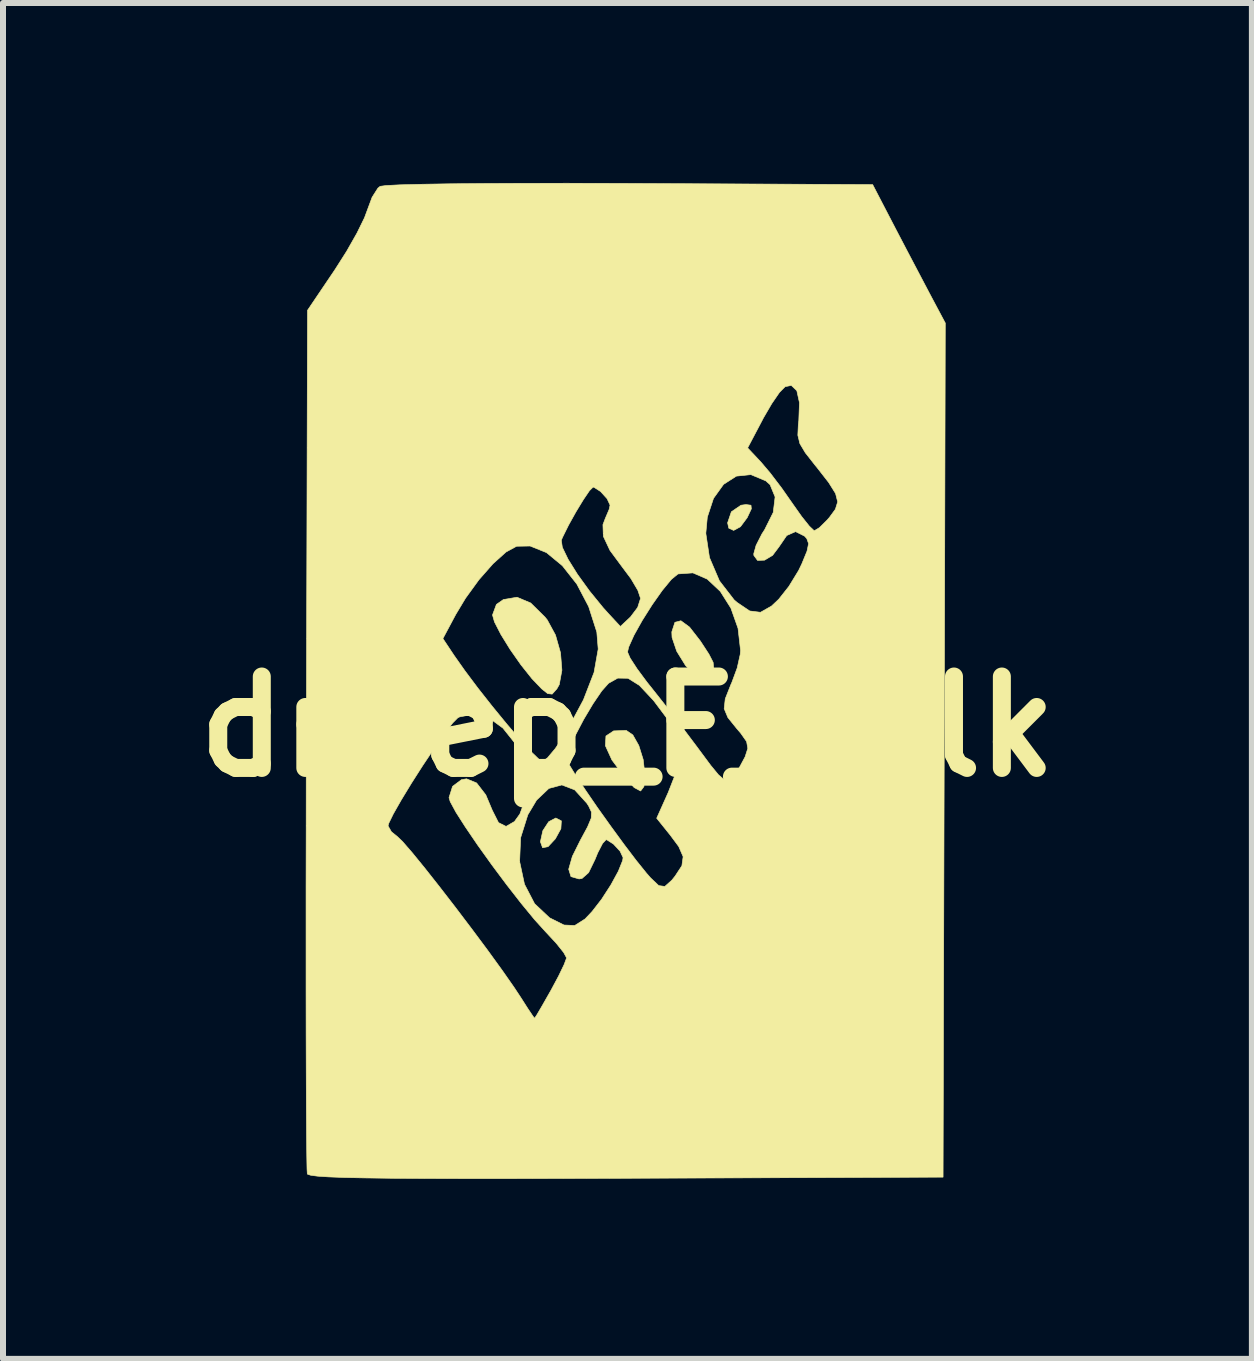
<source format=kicad_pcb>
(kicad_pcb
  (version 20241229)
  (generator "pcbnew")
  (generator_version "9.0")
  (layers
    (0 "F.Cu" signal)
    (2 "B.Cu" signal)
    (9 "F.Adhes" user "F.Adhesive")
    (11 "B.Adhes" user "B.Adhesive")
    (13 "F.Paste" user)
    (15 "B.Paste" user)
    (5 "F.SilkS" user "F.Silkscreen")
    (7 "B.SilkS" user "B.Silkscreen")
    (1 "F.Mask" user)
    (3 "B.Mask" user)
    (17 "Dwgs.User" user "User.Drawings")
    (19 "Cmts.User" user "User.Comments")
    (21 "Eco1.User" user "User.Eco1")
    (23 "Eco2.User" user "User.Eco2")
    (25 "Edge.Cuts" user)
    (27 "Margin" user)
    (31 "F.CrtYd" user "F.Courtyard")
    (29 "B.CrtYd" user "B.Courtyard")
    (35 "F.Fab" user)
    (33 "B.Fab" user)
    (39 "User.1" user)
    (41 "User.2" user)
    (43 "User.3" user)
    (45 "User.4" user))
  (footprint "drpep_F_Silk"
    (layer "F.Cu")
    (at 7.41 9.062)
    (property "Reference" "drpep_F_Silk" (at 0 0 0) (layer "F.SilkS") (effects (font (size 1.524 1.524) (thickness 0.3))))
    (attr through_hole)
    (fp_poly (pts (xy -1.102 1.572) (xy -1.11 1.703) (xy -1.202 1.871) (xy -1.324 2.002) (xy -1.415 2.02) (xy -1.451 1.921) (xy -1.451 1.918) (xy -1.411 1.736) (xy -1.313 1.586) (xy -1.195 1.524) (xy -1.102 1.572)) (stroke (width 0.01) (type solid)) (fill yes) (layer "F.SilkS"))
    (fp_poly (pts (xy 2.059 -3.69) (xy 2.065 -3.63) (xy 1.996 -3.483) (xy 1.883 -3.331) (xy 1.77 -3.27) (xy 1.689 -3.307) (xy 1.669 -3.396) (xy 1.732 -3.581) (xy 1.892 -3.69) (xy 1.976 -3.701) (xy 2.059 -3.69)) (stroke (width 0.01) (type solid)) (fill yes) (layer "F.SilkS"))
    (fp_poly (pts (xy 0.089 0.139) (xy 0.189 0.316) (xy 0.262 0.55) (xy 0.29 0.795) (xy 0.274 1.001) (xy 0.219 1.074) (xy 0.112 1.017) (xy -0.032 0.862) (xy -0.26 0.556) (xy -0.368 0.319) (xy -0.359 0.157) (xy -0.231 0.072) (xy -0.02 0.064) (xy 0.089 0.139)) (stroke (width 0.01) (type solid)) (fill yes) (layer "F.SilkS"))
    (fp_poly (pts (xy 1.035 -1.658) (xy 1.216 -1.425) (xy 1.358 -1.207) (xy 1.428 -1.071) (xy 1.437 -0.979) (xy 1.392 -0.894) (xy 1.361 -0.852) (xy 1.265 -0.774) (xy 1.158 -0.82) (xy 0.969 -1.016) (xy 0.821 -1.256) (xy 0.743 -1.486) (xy 0.739 -1.578) (xy 0.791 -1.738) (xy 0.891 -1.764) (xy 1.035 -1.658)) (stroke (width 0.01) (type solid)) (fill yes) (layer "F.SilkS"))
    (fp_poly (pts (xy -1.613 -2.06) (xy -1.375 -1.825) (xy -1.337 -1.778) (xy -1.2 -1.526) (xy -1.116 -1.23) (xy -1.093 -0.939) (xy -1.137 -0.7) (xy -1.177 -0.629) (xy -1.256 -0.541) (xy -1.331 -0.55) (xy -1.43 -0.629) (xy -1.591 -0.797) (xy -1.775 -1.028) (xy -1.956 -1.286) (xy -2.111 -1.537) (xy -2.217 -1.744) (xy -2.25 -1.86) (xy -2.185 -2.036) (xy -2.068 -2.118) (xy -1.841 -2.156) (xy -1.613 -2.06)) (stroke (width 0.01) (type solid)) (fill yes) (layer "F.SilkS"))
    (fp_poly (pts (xy -0.197 -9.055) (xy 0.044 -9.054) (xy 4.087 -9.035) (xy 4.464 -8.309) (xy 4.646 -7.961) (xy 4.831 -7.609) (xy 4.992 -7.303) (xy 5.07 -7.155) (xy 5.298 -6.727) (xy 5.28 0.392) (xy 5.261 7.511) (xy -0.02 7.53) (xy -1.059 7.533) (xy -1.962 7.535) (xy -2.736 7.535) (xy -3.391 7.533) (xy -3.934 7.53) (xy -4.375 7.524) (xy -4.721 7.517) (xy -4.981 7.507) (xy -5.164 7.495) (xy -5.278 7.48) (xy -5.331 7.463) (xy -5.337 7.457) (xy -5.342 7.372) (xy -5.346 7.153) (xy -5.35 6.809) (xy -5.353 6.349) (xy -5.355 5.784) (xy -5.357 5.123) (xy -5.358 4.378) (xy -5.358 3.556) (xy -5.358 2.669) (xy -5.356 1.727) (xy -5.356 1.656) (xy -3.991 1.656) (xy -3.935 1.754) (xy -3.838 1.832) (xy -3.75 1.916) (xy -3.593 2.097) (xy -3.383 2.354) (xy -3.136 2.667) (xy -2.867 3.015) (xy -2.592 3.378) (xy -2.327 3.734) (xy -2.088 4.064) (xy -1.891 4.346) (xy -1.778 4.517) (xy -1.658 4.705) (xy -1.574 4.83) (xy -1.548 4.862) (xy -1.51 4.804) (xy -1.42 4.65) (xy -1.296 4.432) (xy -1.276 4.397) (xy -1.149 4.16) (xy -1.056 3.967) (xy -1.016 3.859) (xy -1.016 3.854) (xy -1.064 3.766) (xy -1.188 3.611) (xy -1.361 3.425) (xy -1.547 3.22) (xy -1.77 2.949) (xy -2.014 2.636) (xy -2.262 2.304) (xy -2.301 2.249) (xy -1.798 2.249) (xy -1.717 2.628) (xy -1.548 2.953) (xy -1.298 3.188) (xy -1.292 3.191) (xy -1.058 3.308) (xy -0.879 3.316) (xy -0.707 3.207) (xy -0.589 3.082) (xy -0.431 2.878) (xy -0.277 2.64) (xy -0.152 2.411) (xy -0.081 2.234) (xy -0.073 2.185) (xy -0.123 2.078) (xy -0.233 1.959) (xy -0.342 1.889) (xy -0.358 1.887) (xy -0.415 1.948) (xy -0.496 2.105) (xy -0.54 2.213) (xy -0.648 2.435) (xy -0.758 2.532) (xy -0.807 2.54) (xy -0.942 2.501) (xy -0.98 2.378) (xy -0.919 2.164) (xy -0.789 1.902) (xy -0.665 1.672) (xy -0.604 1.526) (xy -0.6 1.425) (xy -0.646 1.327) (xy -0.678 1.277) (xy -0.88 1.055) (xy -1.094 0.973) (xy -1.31 1.031) (xy -1.515 1.226) (xy -1.661 1.471) (xy -1.781 1.852) (xy -1.798 2.249) (xy -2.301 2.249) (xy -2.496 1.977) (xy -2.701 1.676) (xy -2.86 1.427) (xy -2.955 1.251) (xy -2.975 1.185) (xy -2.916 0.997) (xy -2.767 0.885) (xy -2.682 0.871) (xy -2.515 0.94) (xy -2.362 1.138) (xy -2.253 1.397) (xy -2.15 1.601) (xy -2.024 1.664) (xy -1.884 1.583) (xy -1.794 1.458) (xy -1.687 1.169) (xy -1.677 0.858) (xy -1.749 0.548) (xy -1.887 0.263) (xy -2.076 0.026) (xy -2.301 -0.139) (xy -2.547 -0.209) (xy -2.799 -0.161) (xy -2.83 -0.145) (xy -2.913 -0.061) (xy -3.051 0.119) (xy -3.223 0.366) (xy -3.414 0.651) (xy -3.603 0.947) (xy -3.772 1.225) (xy -3.904 1.457) (xy -3.98 1.613) (xy -3.991 1.656) (xy -5.356 1.656) (xy -5.355 0.739) (xy -5.353 0.213) (xy -5.349 -1.467) (xy -3.077 -1.467) (xy -2.891 -1.187) (xy -2.709 -0.929) (xy -2.49 -0.637) (xy -2.251 -0.334) (xy -2.011 -0.041) (xy -1.788 0.219) (xy -1.602 0.423) (xy -1.47 0.55) (xy -1.418 0.581) (xy -1.357 0.538) (xy -1.016 0.538) (xy -0.975 0.63) (xy -0.863 0.813) (xy -0.698 1.062) (xy -0.498 1.354) (xy -0.278 1.662) (xy -0.058 1.963) (xy 0.146 2.232) (xy 0.317 2.444) (xy 0.385 2.522) (xy 0.521 2.651) (xy 0.623 2.665) (xy 0.739 2.561) (xy 0.793 2.494) (xy 0.907 2.32) (xy 0.928 2.169) (xy 0.854 1.999) (xy 0.715 1.812) (xy 0.487 1.528) (xy 0.679 1.099) (xy 0.819 0.741) (xy 0.871 0.448) (xy 0.83 0.182) (xy 0.689 -0.096) (xy 0.442 -0.425) (xy 0.425 -0.445) (xy 0.198 -0.687) (xy 0.009 -0.805) (xy -0.162 -0.808) (xy -0.315 -0.722) (xy -0.43 -0.593) (xy -0.576 -0.378) (xy -0.73 -0.119) (xy -0.869 0.146) (xy -0.972 0.376) (xy -1.016 0.53) (xy -1.016 0.538) (xy -1.357 0.538) (xy -1.334 0.522) (xy -1.204 0.367) (xy -1.055 0.146) (xy -1.021 0.09) (xy -0.734 -0.446) (xy -0.557 -0.903) (xy -0.497 -1.242) (xy 0.001 -1.242) (xy 0.044 -1.142) (xy 0.159 -0.965) (xy 0.324 -0.742) (xy 0.389 -0.661) (xy 0.62 -0.369) (xy 0.887 -0.023) (xy 1.139 0.312) (xy 1.194 0.386) (xy 1.387 0.646) (xy 1.517 0.804) (xy 1.604 0.878) (xy 1.67 0.885) (xy 1.735 0.841) (xy 1.742 0.835) (xy 1.867 0.679) (xy 1.961 0.504) (xy 2.006 0.363) (xy 1.986 0.25) (xy 1.886 0.108) (xy 1.823 0.035) (xy 1.674 -0.15) (xy 1.612 -0.298) (xy 1.63 -0.463) (xy 1.722 -0.696) (xy 1.74 -0.736) (xy 1.829 -0.977) (xy 1.88 -1.205) (xy 1.885 -1.27) (xy 1.843 -1.638) (xy 1.724 -1.974) (xy 1.547 -2.254) (xy 1.33 -2.458) (xy 1.091 -2.562) (xy 0.848 -2.545) (xy 0.839 -2.542) (xy 0.731 -2.453) (xy 0.58 -2.27) (xy 0.411 -2.03) (xy 0.246 -1.769) (xy 0.108 -1.522) (xy 0.02 -1.326) (xy 0.001 -1.242) (xy -0.497 -1.242) (xy -0.488 -1.292) (xy -0.511 -1.575) (xy -0.647 -2) (xy -0.844 -2.375) (xy -1.085 -2.681) (xy -1.35 -2.9) (xy -1.623 -3.01) (xy -1.848 -3.006) (xy -2.024 -2.91) (xy -2.242 -2.714) (xy -2.476 -2.448) (xy -2.699 -2.141) (xy -2.863 -1.868) (xy -3.077 -1.467) (xy -5.349 -1.467) (xy -5.344 -3.106) (xy -1.103 -3.106) (xy -1.086 -2.988) (xy -0.99 -2.789) (xy -0.833 -2.537) (xy -0.632 -2.259) (xy -0.406 -1.982) (xy -0.304 -1.869) (xy -0.118 -1.669) (xy 0.05 -1.827) (xy 0.17 -1.986) (xy 0.218 -2.137) (xy 0.173 -2.271) (xy 0.058 -2.466) (xy -0.073 -2.641) (xy -0.292 -2.937) (xy -0.402 -3.171) (xy -0.404 -3.221) (xy 1.306 -3.221) (xy 1.367 -2.817) (xy 1.533 -2.429) (xy 1.778 -2.112) (xy 1.826 -2.07) (xy 2.038 -1.927) (xy 2.217 -1.905) (xy 2.401 -2.009) (xy 2.522 -2.123) (xy 2.691 -2.337) (xy 2.853 -2.602) (xy 2.906 -2.712) (xy 2.993 -2.924) (xy 3.019 -3.05) (xy 2.989 -3.134) (xy 2.952 -3.175) (xy 2.802 -3.25) (xy 2.655 -3.185) (xy 2.527 -2.998) (xy 2.419 -2.854) (xy 2.285 -2.774) (xy 2.168 -2.77) (xy 2.107 -2.853) (xy 2.105 -2.881) (xy 2.144 -3.021) (xy 2.242 -3.213) (xy 2.286 -3.281) (xy 2.43 -3.57) (xy 2.461 -3.828) (xy 2.377 -4.032) (xy 2.306 -4.096) (xy 2.057 -4.2) (xy 1.816 -4.175) (xy 1.602 -4.038) (xy 1.434 -3.804) (xy 1.331 -3.491) (xy 1.306 -3.221) (xy -0.404 -3.221) (xy -0.409 -3.366) (xy -0.369 -3.472) (xy -0.306 -3.619) (xy -0.29 -3.691) (xy -0.34 -3.799) (xy -0.449 -3.919) (xy -0.558 -3.989) (xy -0.574 -3.991) (xy -0.633 -3.933) (xy -0.735 -3.783) (xy -0.859 -3.579) (xy -0.982 -3.358) (xy -1.081 -3.158) (xy -1.103 -3.106) (xy -5.344 -3.106) (xy -5.34 -4.645) (xy 2.003 -4.645) (xy 2.225 -4.409) (xy 2.38 -4.226) (xy 2.571 -3.975) (xy 2.75 -3.719) (xy 2.904 -3.501) (xy 3.032 -3.341) (xy 3.11 -3.267) (xy 3.117 -3.266) (xy 3.2 -3.316) (xy 3.328 -3.443) (xy 3.365 -3.485) (xy 3.466 -3.623) (xy 3.504 -3.746) (xy 3.469 -3.885) (xy 3.354 -4.069) (xy 3.151 -4.329) (xy 3.134 -4.349) (xy 2.965 -4.564) (xy 2.874 -4.717) (xy 2.84 -4.857) (xy 2.848 -5.032) (xy 2.856 -5.102) (xy 2.867 -5.399) (xy 2.823 -5.599) (xy 2.731 -5.687) (xy 2.628 -5.666) (xy 2.534 -5.571) (xy 2.405 -5.383) (xy 2.265 -5.143) (xy 2.254 -5.121) (xy 2.003 -4.645) (xy -5.34 -4.645) (xy -5.334 -6.939) (xy -4.878 -7.614) (xy -4.681 -7.924) (xy -4.509 -8.227) (xy -4.384 -8.482) (xy -4.335 -8.614) (xy -4.257 -8.824) (xy -4.161 -8.975) (xy -4.123 -9.006) (xy -4.026 -9.019) (xy -3.795 -9.031) (xy -3.44 -9.04) (xy -2.973 -9.048) (xy -2.404 -9.053) (xy -1.745 -9.056) (xy -1.005 -9.057) (xy -0.197 -9.055)) (stroke (width 0.01) (type solid)) (fill yes) (layer "F.SilkS")))
  (gr_rect
    (start -3 -3)
    (end 17.819 19.602)
    (stroke (width 0.1) (type default))
    (fill no)
    (layer "Edge.Cuts")))
</source>
